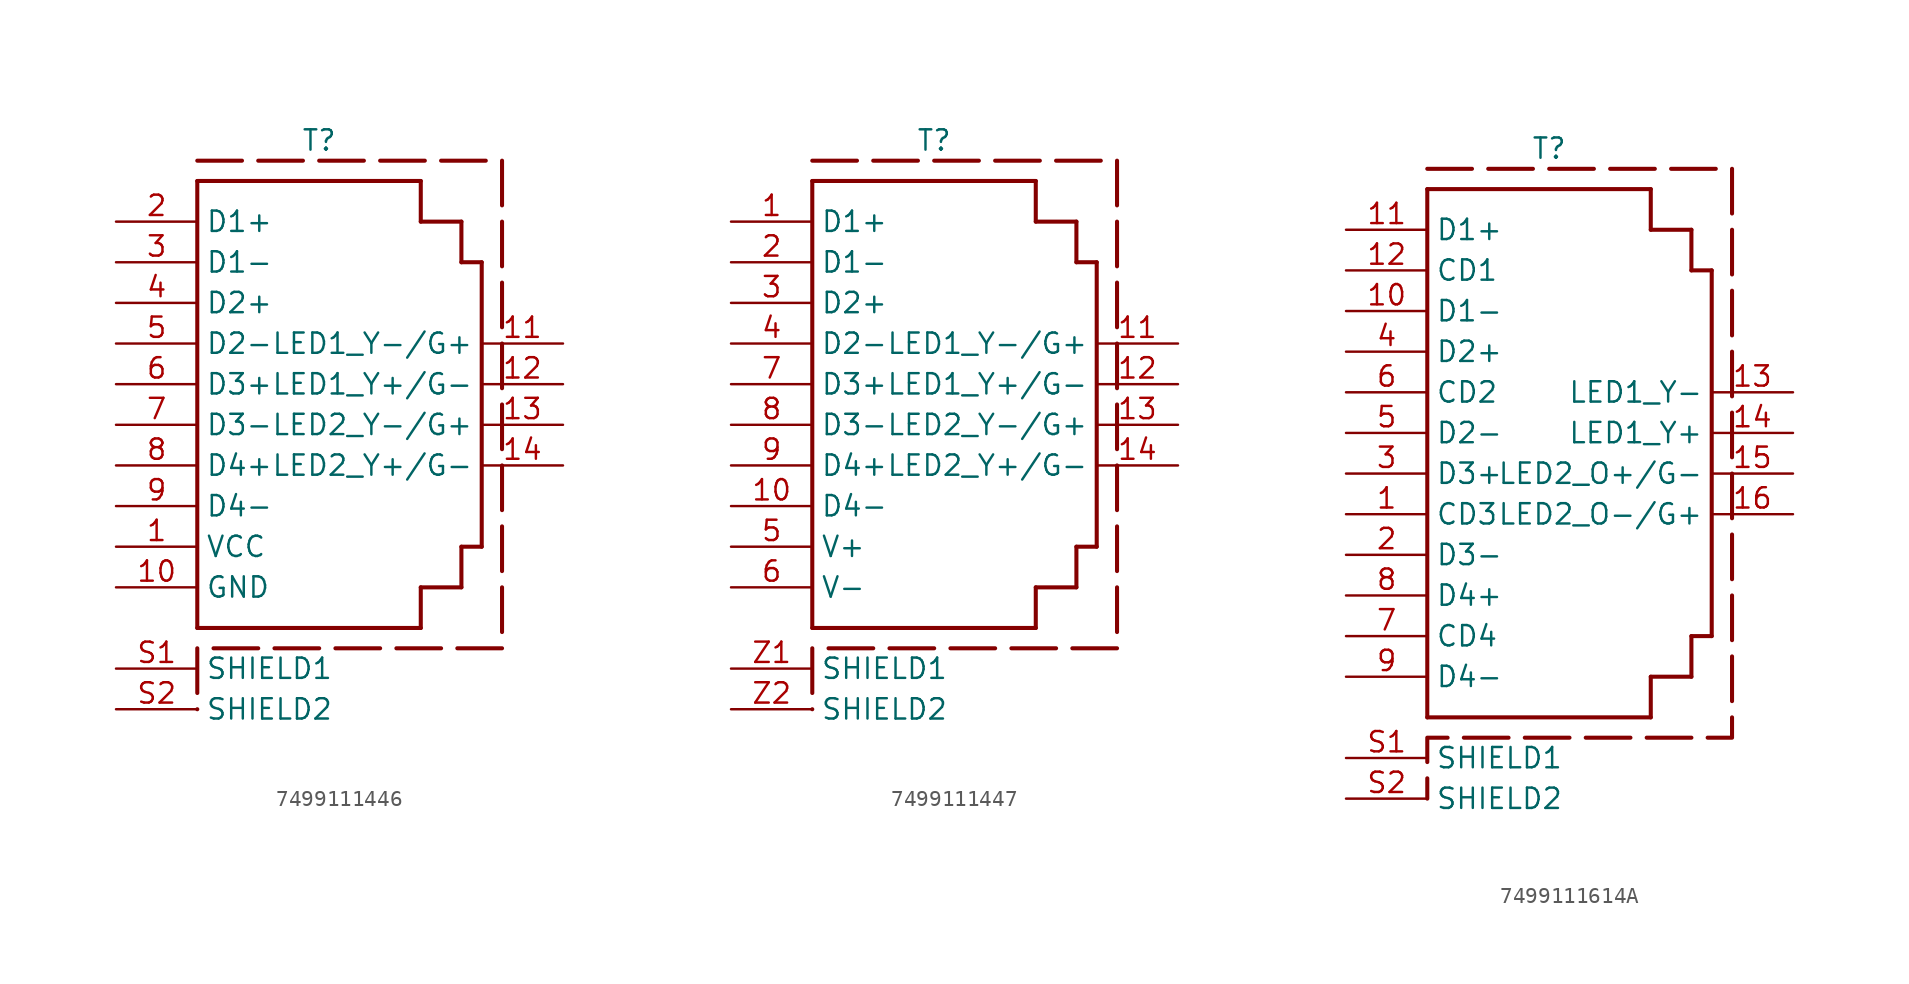
<source format=kicad_sym>
(kicad_symbol_lib
  (version 20220914)
  (generator kicad_symbol_editor)
  (symbol "7499111446"
    (property "Reference" "T"
      (at 0 17.78 0)
      (effects (font (size 1.27 1.27))))
    (property "Critical Parameter" ""
      (at 0 -5.08 0)
      (effects (font (size 1.27 1.27)) (justify left)))
    (symbol "7499111446_0_0"
      (polyline (pts (xy -7.62 -12.7) (xy -7.62 15.24)) (stroke (width 0.254) (type default)) (fill (type none)))
      (polyline (pts (xy -7.62 15.24) (xy 6.35 15.24)) (stroke (width 0.254) (type default)) (fill (type none)))
      (polyline (pts (xy 6.35 -12.7) (xy -7.62 -12.7)) (stroke (width 0.254) (type default)) (fill (type none)))
      (polyline (pts (xy 6.35 -12.7) (xy 6.35 -10.16)) (stroke (width 0.254) (type default)) (fill (type none)))
      (polyline (pts (xy 6.35 -10.16) (xy 8.89 -10.16)) (stroke (width 0.254) (type default)) (fill (type none)))
      (polyline (pts (xy 6.35 12.7) (xy 8.89 12.7)) (stroke (width 0.254) (type default)) (fill (type none)))
      (polyline (pts (xy 6.35 15.24) (xy 6.35 12.7)) (stroke (width 0.254) (type default)) (fill (type none)))
      (polyline (pts (xy 8.89 -10.16) (xy 8.89 -7.62)) (stroke (width 0.254) (type default)) (fill (type none)))
      (polyline (pts (xy 8.89 -7.62) (xy 10.16 -7.62)) (stroke (width 0.254) (type default)) (fill (type none)))
      (polyline (pts (xy 8.89 10.16) (xy 10.16 10.16)) (stroke (width 0.254) (type default)) (fill (type none)))
      (polyline (pts (xy 8.89 12.7) (xy 8.89 10.16)) (stroke (width 0.254) (type default)) (fill (type none)))
      (polyline (pts (xy 10.16 10.16) (xy 10.16 -7.62)) (stroke (width 0.254) (type default)) (fill (type none)))
      (pin passive line (at -12.7 -7.62 0) (length 5.08) (name "VCC" (effects (font (size 1.27 1.27)))) (number "1" (effects (font (size 1.27 1.27)))))
      (pin passive line (at -12.7 -10.16 0) (length 5.08) (name "GND" (effects (font (size 1.27 1.27)))) (number "10" (effects (font (size 1.27 1.27)))))
      (pin passive line (at -12.7 12.7 0) (length 5.08) (name "D1+" (effects (font (size 1.27 1.27)))) (number "2" (effects (font (size 1.27 1.27)))))
      (pin passive line (at -12.7 10.16 0) (length 5.08) (name "D1-" (effects (font (size 1.27 1.27)))) (number "3" (effects (font (size 1.27 1.27)))))
      (pin passive line (at -12.7 7.62 0) (length 5.08) (name "D2+" (effects (font (size 1.27 1.27)))) (number "4" (effects (font (size 1.27 1.27)))))
      (pin passive line (at -12.7 5.08 0) (length 5.08) (name "D2-" (effects (font (size 1.27 1.27)))) (number "5" (effects (font (size 1.27 1.27)))))
      (pin passive line (at -12.7 2.54 0) (length 5.08) (name "D3+" (effects (font (size 1.27 1.27)))) (number "6" (effects (font (size 1.27 1.27)))))
      (pin passive line (at -12.7 0 0) (length 5.08) (name "D3-" (effects (font (size 1.27 1.27)))) (number "7" (effects (font (size 1.27 1.27)))))
      (pin passive line (at -12.7 -2.54 0) (length 5.08) (name "D4+" (effects (font (size 1.27 1.27)))) (number "8" (effects (font (size 1.27 1.27)))))
      (pin passive line (at -12.7 -5.08 0) (length 5.08) (name "D4-" (effects (font (size 1.27 1.27)))) (number "9" (effects (font (size 1.27 1.27)))))
      (pin passive line (at -12.7 -15.24 0) (length 5.08) (name "SHIELD1" (effects (font (size 1.27 1.27)))) (number "S1" (effects (font (size 1.27 1.27)))))
      (pin passive line (at -12.7 -17.78 0) (length 5.08) (name "SHIELD2" (effects (font (size 1.27 1.27)))) (number "S2" (effects (font (size 1.27 1.27))))))
    (symbol "7499111446_1_0"
      (pin passive line (at 15.24 5.08 180) (length 5.08) (name "LED1_Y-/G+" (effects (font (size 1.27 1.27)))) (number "11" (effects (font (size 1.27 1.27)))))
      (pin passive line (at 15.24 2.54 180) (length 5.08) (name "LED1_Y+/G-" (effects (font (size 1.27 1.27)))) (number "12" (effects (font (size 1.27 1.27)))))
      (pin passive line (at 15.24 0 180) (length 5.08) (name "LED2_Y-/G+" (effects (font (size 1.27 1.27)))) (number "13" (effects (font (size 1.27 1.27)))))
      (pin passive line (at 15.24 -2.54 180) (length 5.08) (name "LED2_Y+/G-" (effects (font (size 1.27 1.27)))) (number "14" (effects (font (size 1.27 1.27))))))
    (symbol "7499111446_1_1"
      (polyline (pts (xy -7.62 16.51) (xy 11.43 16.51) (xy 11.43 -13.97) (xy -7.62 -13.97) (xy -7.62 -17.78)) (stroke (width 0.254) (type dash)) (fill (type none)))))
  (symbol "7499111447"
    (property "Reference" "T"
      (at 0 17.78 0)
      (effects (font (size 1.27 1.27))))
    (property "Critical Parameter" ""
      (at 0 -5.08 0)
      (effects (font (size 1.27 1.27)) (justify left)))
    (symbol "7499111447_0_0"
      (polyline (pts (xy -7.62 -12.7) (xy -7.62 15.24)) (stroke (width 0.254) (type default)) (fill (type none)))
      (polyline (pts (xy -7.62 15.24) (xy 6.35 15.24)) (stroke (width 0.254) (type default)) (fill (type none)))
      (polyline (pts (xy 6.35 -12.7) (xy -7.62 -12.7)) (stroke (width 0.254) (type default)) (fill (type none)))
      (polyline (pts (xy 6.35 -12.7) (xy 6.35 -10.16)) (stroke (width 0.254) (type default)) (fill (type none)))
      (polyline (pts (xy 6.35 -10.16) (xy 8.89 -10.16)) (stroke (width 0.254) (type default)) (fill (type none)))
      (polyline (pts (xy 6.35 12.7) (xy 8.89 12.7)) (stroke (width 0.254) (type default)) (fill (type none)))
      (polyline (pts (xy 6.35 15.24) (xy 6.35 12.7)) (stroke (width 0.254) (type default)) (fill (type none)))
      (polyline (pts (xy 8.89 -10.16) (xy 8.89 -7.62)) (stroke (width 0.254) (type default)) (fill (type none)))
      (polyline (pts (xy 8.89 -7.62) (xy 10.16 -7.62)) (stroke (width 0.254) (type default)) (fill (type none)))
      (polyline (pts (xy 8.89 10.16) (xy 10.16 10.16)) (stroke (width 0.254) (type default)) (fill (type none)))
      (polyline (pts (xy 8.89 12.7) (xy 8.89 10.16)) (stroke (width 0.254) (type default)) (fill (type none)))
      (polyline (pts (xy 10.16 10.16) (xy 10.16 -7.62)) (stroke (width 0.254) (type default)) (fill (type none)))
      (pin passive line (at -12.7 12.7 0) (length 5.08) (name "D1+" (effects (font (size 1.27 1.27)))) (number "1" (effects (font (size 1.27 1.27)))))
      (pin passive line (at -12.7 -5.08 0) (length 5.08) (name "D4-" (effects (font (size 1.27 1.27)))) (number "10" (effects (font (size 1.27 1.27)))))
      (pin passive line (at -12.7 10.16 0) (length 5.08) (name "D1-" (effects (font (size 1.27 1.27)))) (number "2" (effects (font (size 1.27 1.27)))))
      (pin passive line (at -12.7 7.62 0) (length 5.08) (name "D2+" (effects (font (size 1.27 1.27)))) (number "3" (effects (font (size 1.27 1.27)))))
      (pin passive line (at -12.7 5.08 0) (length 5.08) (name "D2-" (effects (font (size 1.27 1.27)))) (number "4" (effects (font (size 1.27 1.27)))))
      (pin passive line (at -12.7 -7.62 0) (length 5.08) (name "V+" (effects (font (size 1.27 1.27)))) (number "5" (effects (font (size 1.27 1.27)))))
      (pin passive line (at -12.7 -10.16 0) (length 5.08) (name "V-" (effects (font (size 1.27 1.27)))) (number "6" (effects (font (size 1.27 1.27)))))
      (pin passive line (at -12.7 2.54 0) (length 5.08) (name "D3+" (effects (font (size 1.27 1.27)))) (number "7" (effects (font (size 1.27 1.27)))))
      (pin passive line (at -12.7 0 0) (length 5.08) (name "D3-" (effects (font (size 1.27 1.27)))) (number "8" (effects (font (size 1.27 1.27)))))
      (pin passive line (at -12.7 -2.54 0) (length 5.08) (name "D4+" (effects (font (size 1.27 1.27)))) (number "9" (effects (font (size 1.27 1.27)))))
      (pin passive line (at -12.7 -15.24 0) (length 5.08) (name "SHIELD1" (effects (font (size 1.27 1.27)))) (number "Z1" (effects (font (size 1.27 1.27)))))
      (pin passive line (at -12.7 -17.78 0) (length 5.08) (name "SHIELD2" (effects (font (size 1.27 1.27)))) (number "Z2" (effects (font (size 1.27 1.27))))))
    (symbol "7499111447_1_0"
      (pin passive line (at 15.24 5.08 180) (length 5.08) (name "LED1_Y-/G+" (effects (font (size 1.27 1.27)))) (number "11" (effects (font (size 1.27 1.27)))))
      (pin passive line (at 15.24 2.54 180) (length 5.08) (name "LED1_Y+/G-" (effects (font (size 1.27 1.27)))) (number "12" (effects (font (size 1.27 1.27)))))
      (pin passive line (at 15.24 0 180) (length 5.08) (name "LED2_Y-/G+" (effects (font (size 1.27 1.27)))) (number "13" (effects (font (size 1.27 1.27)))))
      (pin passive line (at 15.24 -2.54 180) (length 5.08) (name "LED2_Y+/G-" (effects (font (size 1.27 1.27)))) (number "14" (effects (font (size 1.27 1.27))))))
    (symbol "7499111447_1_1"
      (polyline (pts (xy -7.62 16.51) (xy 11.43 16.51) (xy 11.43 -13.97) (xy -7.62 -13.97) (xy -7.62 -17.78)) (stroke (width 0.254) (type dash)) (fill (type none)))))
  (symbol "7499111614A"
    (property "Reference" "T"
      (at 0 20.32 0)
      (effects (font (size 1.27 1.27))))
    (property "Critical Parameter" ""
      (at 0 -5.08 0)
      (effects (font (size 1.27 1.27)) (justify left)))
    (symbol "7499111614A_0_0"
      (polyline (pts (xy -7.62 -15.24) (xy -7.62 17.78)) (stroke (width 0.254) (type default)) (fill (type none)))
      (polyline (pts (xy -7.62 17.78) (xy 6.35 17.78)) (stroke (width 0.254) (type default)) (fill (type none)))
      (polyline (pts (xy 6.35 -15.24) (xy -7.62 -15.24)) (stroke (width 0.254) (type default)) (fill (type none)))
      (polyline (pts (xy 6.35 -15.24) (xy 6.35 -12.7)) (stroke (width 0.254) (type default)) (fill (type none)))
      (polyline (pts (xy 6.35 -12.7) (xy 8.89 -12.7)) (stroke (width 0.254) (type default)) (fill (type none)))
      (polyline (pts (xy 6.35 15.24) (xy 8.89 15.24)) (stroke (width 0.254) (type default)) (fill (type none)))
      (polyline (pts (xy 6.35 17.78) (xy 6.35 15.24)) (stroke (width 0.254) (type default)) (fill (type none)))
      (polyline (pts (xy 8.89 -12.7) (xy 8.89 -10.16)) (stroke (width 0.254) (type default)) (fill (type none)))
      (polyline (pts (xy 8.89 -10.16) (xy 10.16 -10.16)) (stroke (width 0.254) (type default)) (fill (type none)))
      (polyline (pts (xy 8.89 12.7) (xy 10.16 12.7)) (stroke (width 0.254) (type default)) (fill (type none)))
      (polyline (pts (xy 8.89 15.24) (xy 8.89 12.7)) (stroke (width 0.254) (type default)) (fill (type none)))
      (polyline (pts (xy 10.16 12.7) (xy 10.16 -10.16)) (stroke (width 0.254) (type default)) (fill (type none)))
      (pin passive line (at -12.7 -2.54 0) (length 5.08) (name "CD3" (effects (font (size 1.27 1.27)))) (number "1" (effects (font (size 1.27 1.27)))))
      (pin passive line (at -12.7 10.16 0) (length 5.08) (name "D1-" (effects (font (size 1.27 1.27)))) (number "10" (effects (font (size 1.27 1.27)))))
      (pin passive line (at -12.7 15.24 0) (length 5.08) (name "D1+" (effects (font (size 1.27 1.27)))) (number "11" (effects (font (size 1.27 1.27)))))
      (pin passive line (at -12.7 12.7 0) (length 5.08) (name "CD1" (effects (font (size 1.27 1.27)))) (number "12" (effects (font (size 1.27 1.27)))))
      (pin passive line (at -12.7 -5.08 0) (length 5.08) (name "D3-" (effects (font (size 1.27 1.27)))) (number "2" (effects (font (size 1.27 1.27)))))
      (pin passive line (at -12.7 0 0) (length 5.08) (name "D3+" (effects (font (size 1.27 1.27)))) (number "3" (effects (font (size 1.27 1.27)))))
      (pin passive line (at -12.7 7.62 0) (length 5.08) (name "D2+" (effects (font (size 1.27 1.27)))) (number "4" (effects (font (size 1.27 1.27)))))
      (pin passive line (at -12.7 2.54 0) (length 5.08) (name "D2-" (effects (font (size 1.27 1.27)))) (number "5" (effects (font (size 1.27 1.27)))))
      (pin passive line (at -12.7 5.08 0) (length 5.08) (name "CD2" (effects (font (size 1.27 1.27)))) (number "6" (effects (font (size 1.27 1.27)))))
      (pin passive line (at -12.7 -10.16 0) (length 5.08) (name "CD4" (effects (font (size 1.27 1.27)))) (number "7" (effects (font (size 1.27 1.27)))))
      (pin passive line (at -12.7 -7.62 0) (length 5.08) (name "D4+" (effects (font (size 1.27 1.27)))) (number "8" (effects (font (size 1.27 1.27)))))
      (pin passive line (at -12.7 -12.7 0) (length 5.08) (name "D4-" (effects (font (size 1.27 1.27)))) (number "9" (effects (font (size 1.27 1.27)))))
      (pin passive line (at -12.7 -17.78 0) (length 5.08) (name "SHIELD1" (effects (font (size 1.27 1.27)))) (number "S1" (effects (font (size 1.27 1.27)))))
      (pin passive line (at -12.7 -20.32 0) (length 5.08) (name "SHIELD2" (effects (font (size 1.27 1.27)))) (number "S2" (effects (font (size 1.27 1.27))))))
    (symbol "7499111614A_1_0"
      (pin passive line (at 15.24 5.08 180) (length 5.08) (name "LED1_Y-" (effects (font (size 1.27 1.27)))) (number "13" (effects (font (size 1.27 1.27)))))
      (pin passive line (at 15.24 2.54 180) (length 5.08) (name "LED1_Y+" (effects (font (size 1.27 1.27)))) (number "14" (effects (font (size 1.27 1.27)))))
      (pin passive line (at 15.24 0 180) (length 5.08) (name "LED2_O+/G-" (effects (font (size 1.27 1.27)))) (number "15" (effects (font (size 1.27 1.27)))))
      (pin passive line (at 15.24 -2.54 180) (length 5.08) (name "LED2_O-/G+" (effects (font (size 1.27 1.27)))) (number "16" (effects (font (size 1.27 1.27))))))
    (symbol "7499111614A_1_1"
      (polyline (pts (xy -7.62 19.05) (xy 11.43 19.05) (xy 11.43 -16.51) (xy -7.62 -16.51) (xy -7.62 -20.32)) (stroke (width 0.254) (type dash)) (fill (type none))))))
</source>
